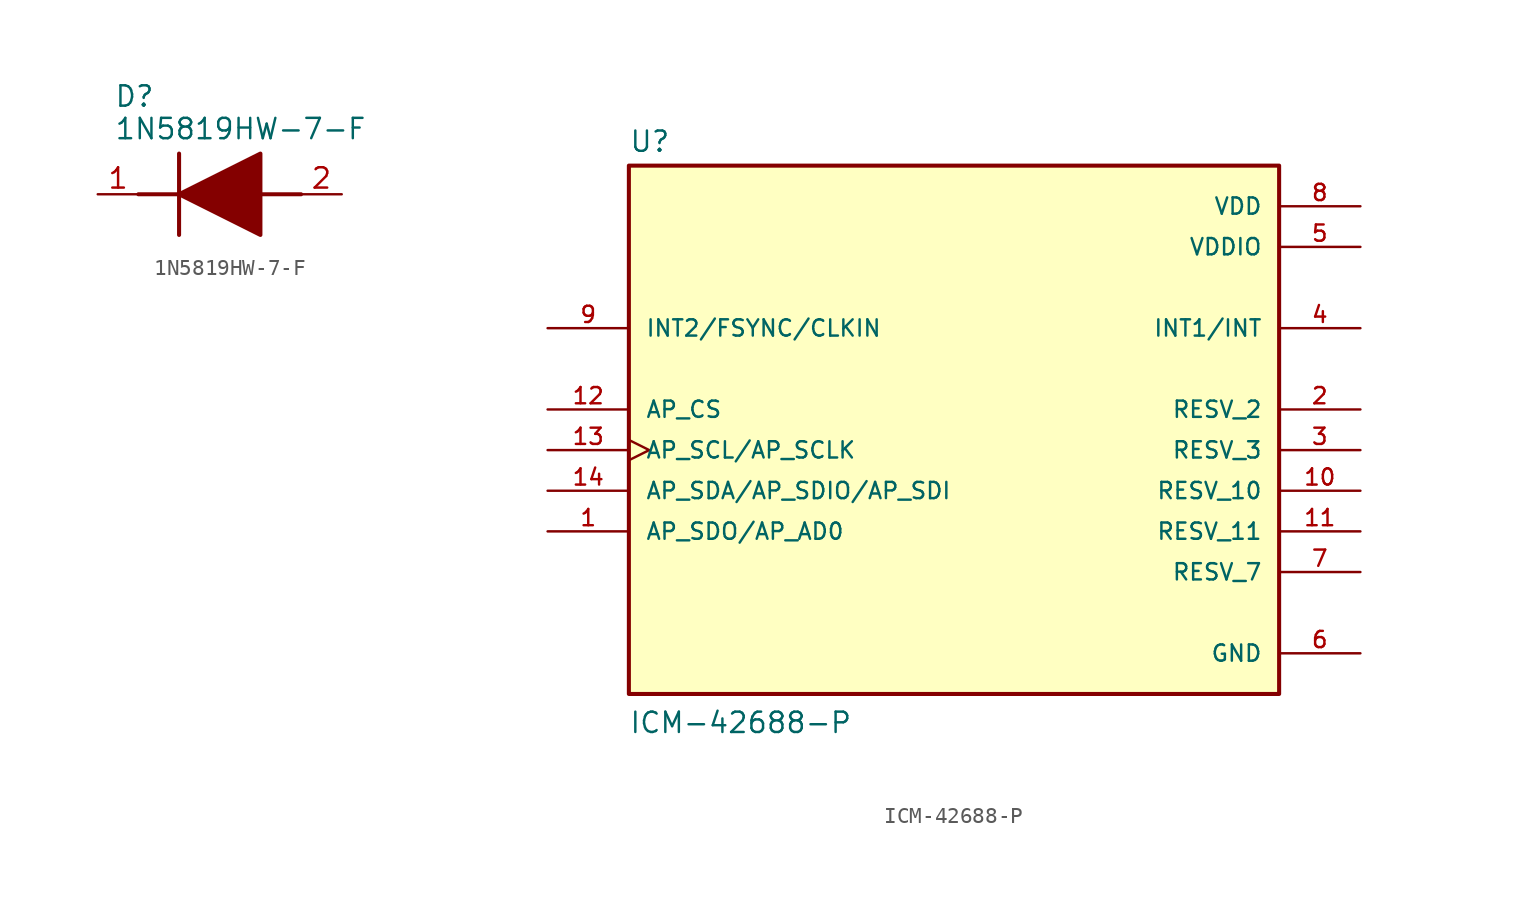
<source format=kicad_sym>
(kicad_symbol_lib
  (version 20241209)
  (generator "kicad_symbol_editor")
  (generator_version "9.0")
  (symbol "1N5819HW-7-F"
    (pin_names
      (hide yes))
    (property "Reference" "D"
      (at 1.016 6.858 0)
      (effects (font (size 1.27 1.27)) (justify left top)))
    (property "Value" "1N5819HW-7-F"
      (at 1.016 4.826 0)
      (effects (font (size 1.27 1.27)) (justify left top)))
    (symbol "1N5819HW-7-F_1_1"
      (polyline (pts (xy 2.54 0) (xy 5.08 0)) (stroke (width 0.254) (type default)) (fill (type none)))
      (polyline (pts (xy 5.08 2.54) (xy 5.08 -2.54)) (stroke (width 0.254) (type default)) (fill (type none)))
      (polyline (pts (xy 5.08 0) (xy 10.16 2.54) (xy 10.16 -2.54) (xy 5.08 0)) (stroke (width 0.254) (type default)) (fill (type outline)))
      (polyline (pts (xy 10.16 0) (xy 12.7 0)) (stroke (width 0.254) (type default)) (fill (type none)))
      (pin passive line (at 0 0 0) (length 2.54) (name "K" (effects (font (size 1.27 1.27)))) (number "1" (effects (font (size 1.27 1.27)))))
      (pin passive line (at 15.24 0 180) (length 2.54) (name "A" (effects (font (size 1.27 1.27)))) (number "2" (effects (font (size 1.27 1.27)))))))
  (symbol "ICM-42688-P"
    (pin_names
      (offset 1.016))
    (property "Reference" "U"
      (at -20.32 16.002 0)
      (effects (font (size 1.27 1.27)) (justify left bottom)))
    (property "Value" "ICM-42688-P"
      (at -20.32 -20.32 0)
      (effects (font (size 1.27 1.27)) (justify left bottom)))
    (symbol "ICM-42688-P_0_0"
      (rectangle (start -20.32 15.24) (end 20.32 -17.78) (stroke (width 0.254) (type default)) (fill (type background)))
      (pin bidirectional line (at -25.4 5.08 0) (length 5.08) (name "INT2/FSYNC/CLKIN" (effects (font (size 1.016 1.016)))) (number "9" (effects (font (size 1.016 1.016)))))
      (pin input line (at -25.4 0 0) (length 5.08) (name "AP_CS" (effects (font (size 1.016 1.016)))) (number "12" (effects (font (size 1.016 1.016)))))
      (pin input clock (at -25.4 -2.54 0) (length 5.08) (name "AP_SCL/AP_SCLK" (effects (font (size 1.016 1.016)))) (number "13" (effects (font (size 1.016 1.016)))))
      (pin bidirectional line (at -25.4 -5.08 0) (length 5.08) (name "AP_SDA/AP_SDIO/AP_SDI" (effects (font (size 1.016 1.016)))) (number "14" (effects (font (size 1.016 1.016)))))
      (pin bidirectional line (at -25.4 -7.62 0) (length 5.08) (name "AP_SDO/AP_AD0" (effects (font (size 1.016 1.016)))) (number "1" (effects (font (size 1.016 1.016)))))
      (pin power_in line (at 25.4 12.7 180) (length 5.08) (name "VDD" (effects (font (size 1.016 1.016)))) (number "8" (effects (font (size 1.016 1.016)))))
      (pin power_in line (at 25.4 10.16 180) (length 5.08) (name "VDDIO" (effects (font (size 1.016 1.016)))) (number "5" (effects (font (size 1.016 1.016)))))
      (pin output line (at 25.4 5.08 180) (length 5.08) (name "INT1/INT" (effects (font (size 1.016 1.016)))) (number "4" (effects (font (size 1.016 1.016)))))
      (pin passive line (at 25.4 0 180) (length 5.08) (name "RESV_2" (effects (font (size 1.016 1.016)))) (number "2" (effects (font (size 1.016 1.016)))))
      (pin passive line (at 25.4 -2.54 180) (length 5.08) (name "RESV_3" (effects (font (size 1.016 1.016)))) (number "3" (effects (font (size 1.016 1.016)))))
      (pin passive line (at 25.4 -5.08 180) (length 5.08) (name "RESV_10" (effects (font (size 1.016 1.016)))) (number "10" (effects (font (size 1.016 1.016)))))
      (pin passive line (at 25.4 -7.62 180) (length 5.08) (name "RESV_11" (effects (font (size 1.016 1.016)))) (number "11" (effects (font (size 1.016 1.016)))))
      (pin passive line (at 25.4 -10.16 180) (length 5.08) (name "RESV_7" (effects (font (size 1.016 1.016)))) (number "7" (effects (font (size 1.016 1.016)))))
      (pin power_in line (at 25.4 -15.24 180) (length 5.08) (name "GND" (effects (font (size 1.016 1.016)))) (number "6" (effects (font (size 1.016 1.016))))))))
</source>
